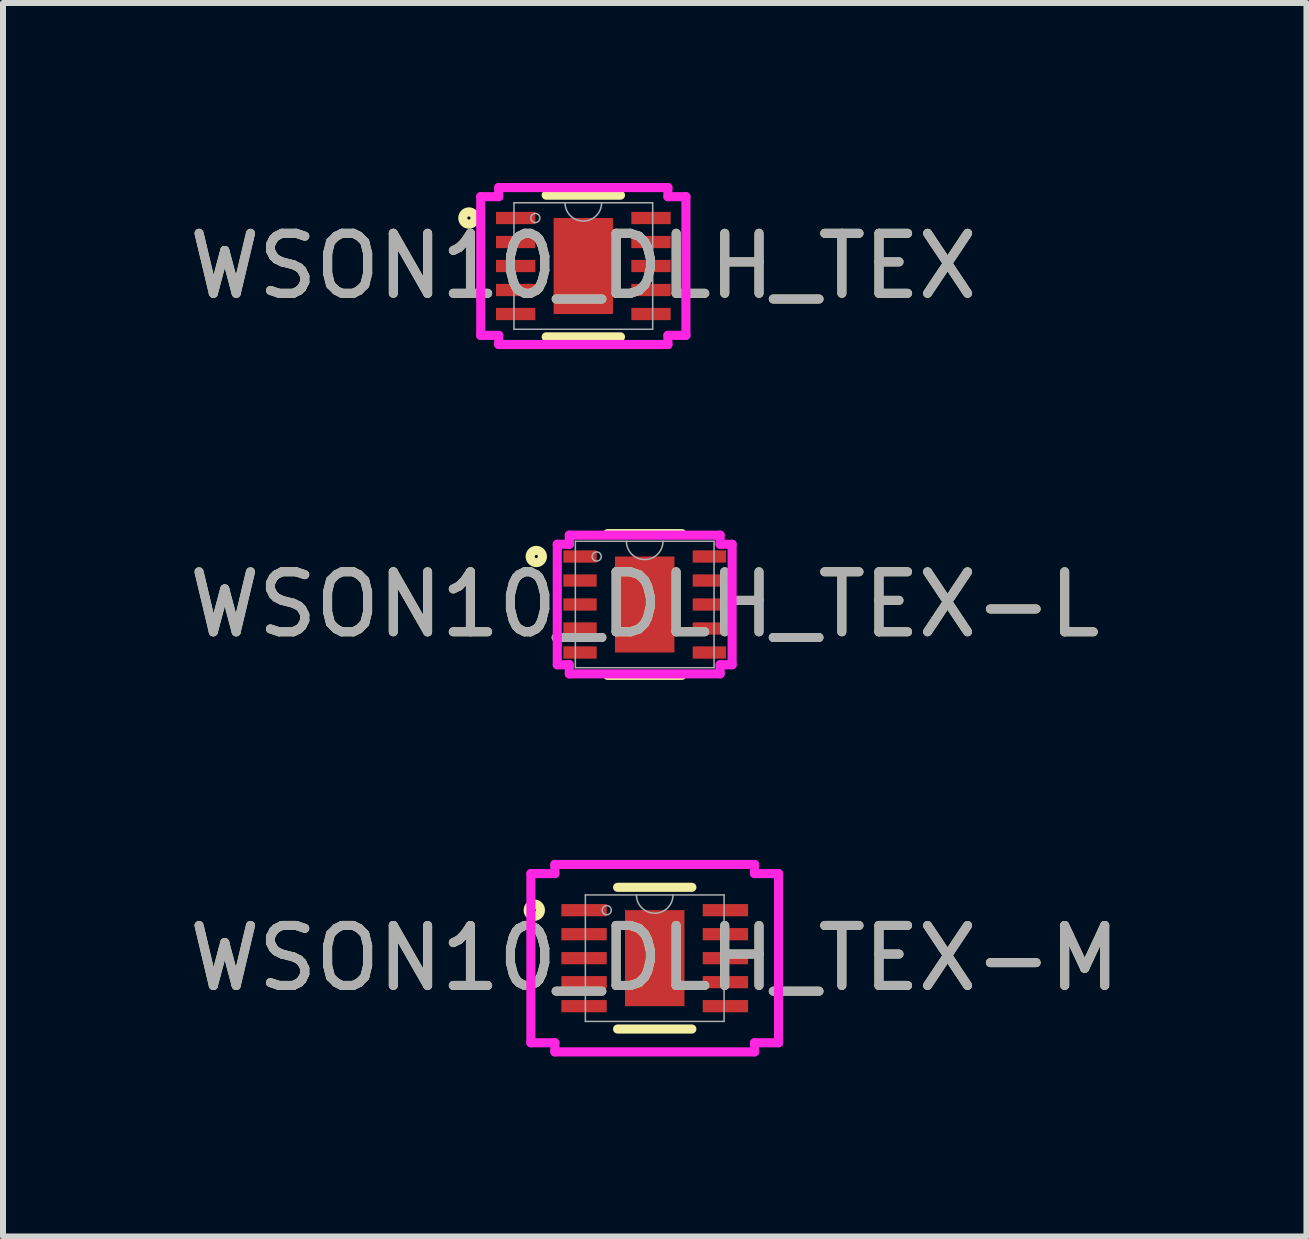
<source format=kicad_pcb>
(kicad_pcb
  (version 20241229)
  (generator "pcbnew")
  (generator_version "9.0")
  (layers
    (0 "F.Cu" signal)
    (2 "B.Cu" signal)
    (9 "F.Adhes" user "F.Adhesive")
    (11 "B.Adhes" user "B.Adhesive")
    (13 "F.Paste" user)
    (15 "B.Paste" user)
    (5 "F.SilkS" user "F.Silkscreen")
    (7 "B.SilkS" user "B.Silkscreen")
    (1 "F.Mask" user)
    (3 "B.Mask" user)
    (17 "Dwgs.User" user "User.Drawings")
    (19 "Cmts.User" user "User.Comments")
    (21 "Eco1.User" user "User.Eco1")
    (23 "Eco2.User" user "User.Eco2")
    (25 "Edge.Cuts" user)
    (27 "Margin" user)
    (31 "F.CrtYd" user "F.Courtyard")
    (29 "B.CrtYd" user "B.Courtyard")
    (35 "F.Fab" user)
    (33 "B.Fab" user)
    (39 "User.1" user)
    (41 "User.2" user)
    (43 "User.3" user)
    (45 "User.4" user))
  (footprint "WSON10_DLH_TEX-L"
    (layer "F.Cu")
    (at 7.696 7.026)
    (property "Reference" "WSON10_DLH_TEX-L" (at 0 0 0) (unlocked yes) (layer "F.SilkS") (effects (font (size 1 1) (thickness 0.15))))
    (attr smd)
    (fp_line (start -0.619 1.181) (end 0.619 1.181) (stroke (width 0.152) (type solid)) (layer "F.SilkS"))
    (fp_line (start 0.619 -1.181) (end -0.619 -1.181) (stroke (width 0.152) (type solid)) (layer "F.SilkS"))
    (fp_circle (center -1.807 -0.8) (end -1.705 -0.8) (stroke (width 0.152) (type solid)) (fill no) (layer "F.SilkS"))
    (fp_line (start -1.457 -1.004) (end -1.257 -1.004) (stroke (width 0.152) (type solid)) (layer "F.CrtYd"))
    (fp_line (start -1.457 1.004) (end -1.457 -1.004) (stroke (width 0.152) (type solid)) (layer "F.CrtYd"))
    (fp_line (start -1.457 1.004) (end -1.257 1.004) (stroke (width 0.152) (type solid)) (layer "F.CrtYd"))
    (fp_line (start -1.257 -1.156) (end 1.257 -1.156) (stroke (width 0.152) (type solid)) (layer "F.CrtYd"))
    (fp_line (start -1.257 -1.004) (end -1.257 -1.156) (stroke (width 0.152) (type solid)) (layer "F.CrtYd"))
    (fp_line (start -1.257 1.156) (end -1.257 1.004) (stroke (width 0.152) (type solid)) (layer "F.CrtYd"))
    (fp_line (start 1.257 -1.156) (end 1.257 -1.004) (stroke (width 0.152) (type solid)) (layer "F.CrtYd"))
    (fp_line (start 1.257 1.004) (end 1.257 1.156) (stroke (width 0.152) (type solid)) (layer "F.CrtYd"))
    (fp_line (start 1.257 1.156) (end -1.257 1.156) (stroke (width 0.152) (type solid)) (layer "F.CrtYd"))
    (fp_line (start 1.457 -1.004) (end 1.257 -1.004) (stroke (width 0.152) (type solid)) (layer "F.CrtYd"))
    (fp_line (start 1.457 -1.004) (end 1.457 1.004) (stroke (width 0.152) (type solid)) (layer "F.CrtYd"))
    (fp_line (start 1.457 1.004) (end 1.257 1.004) (stroke (width 0.152) (type solid)) (layer "F.CrtYd"))
    (fp_line (start -1.156 -1.054) (end -1.156 1.054) (stroke (width 0.025) (type solid)) (layer "F.Fab"))
    (fp_line (start -1.156 1.054) (end 1.156 1.054) (stroke (width 0.025) (type solid)) (layer "F.Fab"))
    (fp_line (start 1.156 -1.054) (end -1.156 -1.054) (stroke (width 0.025) (type solid)) (layer "F.Fab"))
    (fp_line (start 1.156 1.054) (end 1.156 -1.054) (stroke (width 0.025) (type solid)) (layer "F.Fab"))
    (fp_arc (start 0.3048 -1.0541) (mid 0 -0.7493) (end -0.3048 -1.0541) (stroke (width 0.0254) (type solid)) (layer "F.Fab"))
    (fp_circle (center -0.8 -0.8) (end -0.724 -0.8) (stroke (width 0.025) (type solid)) (fill no) (layer "F.Fab"))
    (fp_text user "${REFERENCE}" (at 0 0 0) (unlocked yes) (layer "F.Fab") (effects (font (size 1 1) (thickness 0.15))))
    (pad "1" smd rect (at -1.078 -0.8) (size 0.556 0.204) (layers "F.Cu" "F.Mask" "F.Paste"))
    (pad "2" smd rect (at -1.078 -0.4) (size 0.556 0.204) (layers "F.Cu" "F.Mask" "F.Paste"))
    (pad "3" smd rect (at -1.078 0) (size 0.556 0.204) (layers "F.Cu" "F.Mask" "F.Paste"))
    (pad "4" smd rect (at -1.078 0.4) (size 0.556 0.204) (layers "F.Cu" "F.Mask" "F.Paste"))
    (pad "5" smd rect (at -1.078 0.8) (size 0.556 0.204) (layers "F.Cu" "F.Mask" "F.Paste"))
    (pad "6" smd rect (at 1.078 0.8) (size 0.556 0.204) (layers "F.Cu" "F.Mask" "F.Paste"))
    (pad "7" smd rect (at 1.078 0.4) (size 0.556 0.204) (layers "F.Cu" "F.Mask" "F.Paste"))
    (pad "8" smd rect (at 1.078 0) (size 0.556 0.204) (layers "F.Cu" "F.Mask" "F.Paste"))
    (pad "9" smd rect (at 1.078 -0.4) (size 0.556 0.204) (layers "F.Cu" "F.Mask" "F.Paste"))
    (pad "10" smd rect (at 1.078 -0.8) (size 0.556 0.204) (layers "F.Cu" "F.Mask" "F.Paste"))
    (pad "11" smd rect (at 0 0) (size 0.991 1.6) (layers "F.Cu" "F.Mask" "F.Paste")))
  (footprint "WSON10_DLH_TEX-M"
    (layer "F.Cu")
    (at 7.863 12.921)
    (property "Reference" "WSON10_DLH_TEX-M" (at 0 0 0) (unlocked yes) (layer "F.SilkS") (effects (font (size 1 1) (thickness 0.15))))
    (attr smd)
    (fp_line (start -0.619 1.181) (end 0.619 1.181) (stroke (width 0.152) (type solid)) (layer "F.SilkS"))
    (fp_line (start 0.619 -1.181) (end -0.619 -1.181) (stroke (width 0.152) (type solid)) (layer "F.SilkS"))
    (fp_circle (center -2.007 -0.8) (end -1.905 -0.8) (stroke (width 0.152) (type solid)) (fill no) (layer "F.SilkS"))
    (fp_line (start -2.064 -1.41) (end -1.664 -1.41) (stroke (width 0.152) (type solid)) (layer "F.CrtYd"))
    (fp_line (start -2.064 1.41) (end -2.064 -1.41) (stroke (width 0.152) (type solid)) (layer "F.CrtYd"))
    (fp_line (start -2.064 1.41) (end -1.664 1.41) (stroke (width 0.152) (type solid)) (layer "F.CrtYd"))
    (fp_line (start -1.664 -1.562) (end 1.664 -1.562) (stroke (width 0.152) (type solid)) (layer "F.CrtYd"))
    (fp_line (start -1.664 -1.41) (end -1.664 -1.562) (stroke (width 0.152) (type solid)) (layer "F.CrtYd"))
    (fp_line (start -1.664 1.562) (end -1.664 1.41) (stroke (width 0.152) (type solid)) (layer "F.CrtYd"))
    (fp_line (start 1.664 -1.562) (end 1.664 -1.41) (stroke (width 0.152) (type solid)) (layer "F.CrtYd"))
    (fp_line (start 1.664 1.41) (end 1.664 1.562) (stroke (width 0.152) (type solid)) (layer "F.CrtYd"))
    (fp_line (start 1.664 1.562) (end -1.664 1.562) (stroke (width 0.152) (type solid)) (layer "F.CrtYd"))
    (fp_line (start 2.064 -1.41) (end 1.664 -1.41) (stroke (width 0.152) (type solid)) (layer "F.CrtYd"))
    (fp_line (start 2.064 -1.41) (end 2.064 1.41) (stroke (width 0.152) (type solid)) (layer "F.CrtYd"))
    (fp_line (start 2.064 1.41) (end 1.664 1.41) (stroke (width 0.152) (type solid)) (layer "F.CrtYd"))
    (fp_line (start -1.156 -1.054) (end -1.156 1.054) (stroke (width 0.025) (type solid)) (layer "F.Fab"))
    (fp_line (start -1.156 1.054) (end 1.156 1.054) (stroke (width 0.025) (type solid)) (layer "F.Fab"))
    (fp_line (start 1.156 -1.054) (end -1.156 -1.054) (stroke (width 0.025) (type solid)) (layer "F.Fab"))
    (fp_line (start 1.156 1.054) (end 1.156 -1.054) (stroke (width 0.025) (type solid)) (layer "F.Fab"))
    (fp_arc (start 0.3048 -1.0541) (mid 0 -0.7493) (end -0.3048 -1.0541) (stroke (width 0.0254) (type solid)) (layer "F.Fab"))
    (fp_circle (center -0.8 -0.8) (end -0.724 -0.8) (stroke (width 0.025) (type solid)) (fill no) (layer "F.Fab"))
    (fp_text user "${REFERENCE}" (at 0 0 0) (unlocked yes) (layer "F.Fab") (effects (font (size 1 1) (thickness 0.15))))
    (pad "1" smd rect (at -1.178 -0.8) (size 0.756 0.204) (layers "F.Cu" "F.Mask" "F.Paste"))
    (pad "2" smd rect (at -1.178 -0.4) (size 0.756 0.204) (layers "F.Cu" "F.Mask" "F.Paste"))
    (pad "3" smd rect (at -1.178 0) (size 0.756 0.204) (layers "F.Cu" "F.Mask" "F.Paste"))
    (pad "4" smd rect (at -1.178 0.4) (size 0.756 0.204) (layers "F.Cu" "F.Mask" "F.Paste"))
    (pad "5" smd rect (at -1.178 0.8) (size 0.756 0.204) (layers "F.Cu" "F.Mask" "F.Paste"))
    (pad "6" smd rect (at 1.178 0.8) (size 0.756 0.204) (layers "F.Cu" "F.Mask" "F.Paste"))
    (pad "7" smd rect (at 1.178 0.4) (size 0.756 0.204) (layers "F.Cu" "F.Mask" "F.Paste"))
    (pad "8" smd rect (at 1.178 0) (size 0.756 0.204) (layers "F.Cu" "F.Mask" "F.Paste"))
    (pad "9" smd rect (at 1.178 -0.4) (size 0.756 0.204) (layers "F.Cu" "F.Mask" "F.Paste"))
    (pad "10" smd rect (at 1.178 -0.8) (size 0.756 0.204) (layers "F.Cu" "F.Mask" "F.Paste"))
    (pad "11" smd rect (at 0 0) (size 0.991 1.6) (layers "F.Cu" "F.Mask" "F.Paste")))
  (footprint "WSON10_DLH_TEX"
    (layer "F.Cu")
    (at 6.673 1.384)
    (property "Reference" "WSON10_DLH_TEX" (at 0 0 0) (unlocked yes) (layer "F.SilkS") (effects (font (size 1 1) (thickness 0.15))))
    (attr smd)
    (fp_line (start -0.619 1.181) (end 0.619 1.181) (stroke (width 0.152) (type solid)) (layer "F.SilkS"))
    (fp_line (start 0.619 -1.181) (end -0.619 -1.181) (stroke (width 0.152) (type solid)) (layer "F.SilkS"))
    (fp_circle (center -1.907 -0.8) (end -1.805 -0.8) (stroke (width 0.152) (type solid)) (fill no) (layer "F.SilkS"))
    (fp_line (start -1.71 -1.156) (end -1.41 -1.156) (stroke (width 0.152) (type solid)) (layer "F.CrtYd"))
    (fp_line (start -1.71 1.156) (end -1.71 -1.156) (stroke (width 0.152) (type solid)) (layer "F.CrtYd"))
    (fp_line (start -1.71 1.156) (end -1.41 1.156) (stroke (width 0.152) (type solid)) (layer "F.CrtYd"))
    (fp_line (start -1.41 -1.308) (end 1.41 -1.308) (stroke (width 0.152) (type solid)) (layer "F.CrtYd"))
    (fp_line (start -1.41 -1.156) (end -1.41 -1.308) (stroke (width 0.152) (type solid)) (layer "F.CrtYd"))
    (fp_line (start -1.41 1.308) (end -1.41 1.156) (stroke (width 0.152) (type solid)) (layer "F.CrtYd"))
    (fp_line (start 1.41 -1.308) (end 1.41 -1.156) (stroke (width 0.152) (type solid)) (layer "F.CrtYd"))
    (fp_line (start 1.41 1.156) (end 1.41 1.308) (stroke (width 0.152) (type solid)) (layer "F.CrtYd"))
    (fp_line (start 1.41 1.308) (end -1.41 1.308) (stroke (width 0.152) (type solid)) (layer "F.CrtYd"))
    (fp_line (start 1.71 -1.156) (end 1.41 -1.156) (stroke (width 0.152) (type solid)) (layer "F.CrtYd"))
    (fp_line (start 1.71 -1.156) (end 1.71 1.156) (stroke (width 0.152) (type solid)) (layer "F.CrtYd"))
    (fp_line (start 1.71 1.156) (end 1.41 1.156) (stroke (width 0.152) (type solid)) (layer "F.CrtYd"))
    (fp_line (start -1.156 -1.054) (end -1.156 1.054) (stroke (width 0.025) (type solid)) (layer "F.Fab"))
    (fp_line (start -1.156 1.054) (end 1.156 1.054) (stroke (width 0.025) (type solid)) (layer "F.Fab"))
    (fp_line (start 1.156 -1.054) (end -1.156 -1.054) (stroke (width 0.025) (type solid)) (layer "F.Fab"))
    (fp_line (start 1.156 1.054) (end 1.156 -1.054) (stroke (width 0.025) (type solid)) (layer "F.Fab"))
    (fp_arc (start 0.3048 -1.0541) (mid 0 -0.7493) (end -0.3048 -1.0541) (stroke (width 0.0254) (type solid)) (layer "F.Fab"))
    (fp_circle (center -0.8 -0.8) (end -0.724 -0.8) (stroke (width 0.025) (type solid)) (fill no) (layer "F.Fab"))
    (fp_text user "${REFERENCE}" (at 0 0 0) (unlocked yes) (layer "F.Fab") (effects (font (size 1 1) (thickness 0.15))))
    (pad "1" smd rect (at -1.128 -0.8) (size 0.656 0.204) (layers "F.Cu" "F.Mask" "F.Paste"))
    (pad "2" smd rect (at -1.128 -0.4) (size 0.656 0.204) (layers "F.Cu" "F.Mask" "F.Paste"))
    (pad "3" smd rect (at -1.128 0) (size 0.656 0.204) (layers "F.Cu" "F.Mask" "F.Paste"))
    (pad "4" smd rect (at -1.128 0.4) (size 0.656 0.204) (layers "F.Cu" "F.Mask" "F.Paste"))
    (pad "5" smd rect (at -1.128 0.8) (size 0.656 0.204) (layers "F.Cu" "F.Mask" "F.Paste"))
    (pad "6" smd rect (at 1.128 0.8) (size 0.656 0.204) (layers "F.Cu" "F.Mask" "F.Paste"))
    (pad "7" smd rect (at 1.128 0.4) (size 0.656 0.204) (layers "F.Cu" "F.Mask" "F.Paste"))
    (pad "8" smd rect (at 1.128 0) (size 0.656 0.204) (layers "F.Cu" "F.Mask" "F.Paste"))
    (pad "9" smd rect (at 1.128 -0.4) (size 0.656 0.204) (layers "F.Cu" "F.Mask" "F.Paste"))
    (pad "10" smd rect (at 1.128 -0.8) (size 0.656 0.204) (layers "F.Cu" "F.Mask" "F.Paste"))
    (pad "11" smd rect (at 0 0) (size 0.991 1.6) (layers "F.Cu" "F.Mask" "F.Paste")))
  (gr_rect
    (start -3 -3)
    (end 18.726 17.56)
    (stroke (width 0.1) (type default))
    (fill no)
    (layer "Edge.Cuts")))
</source>
